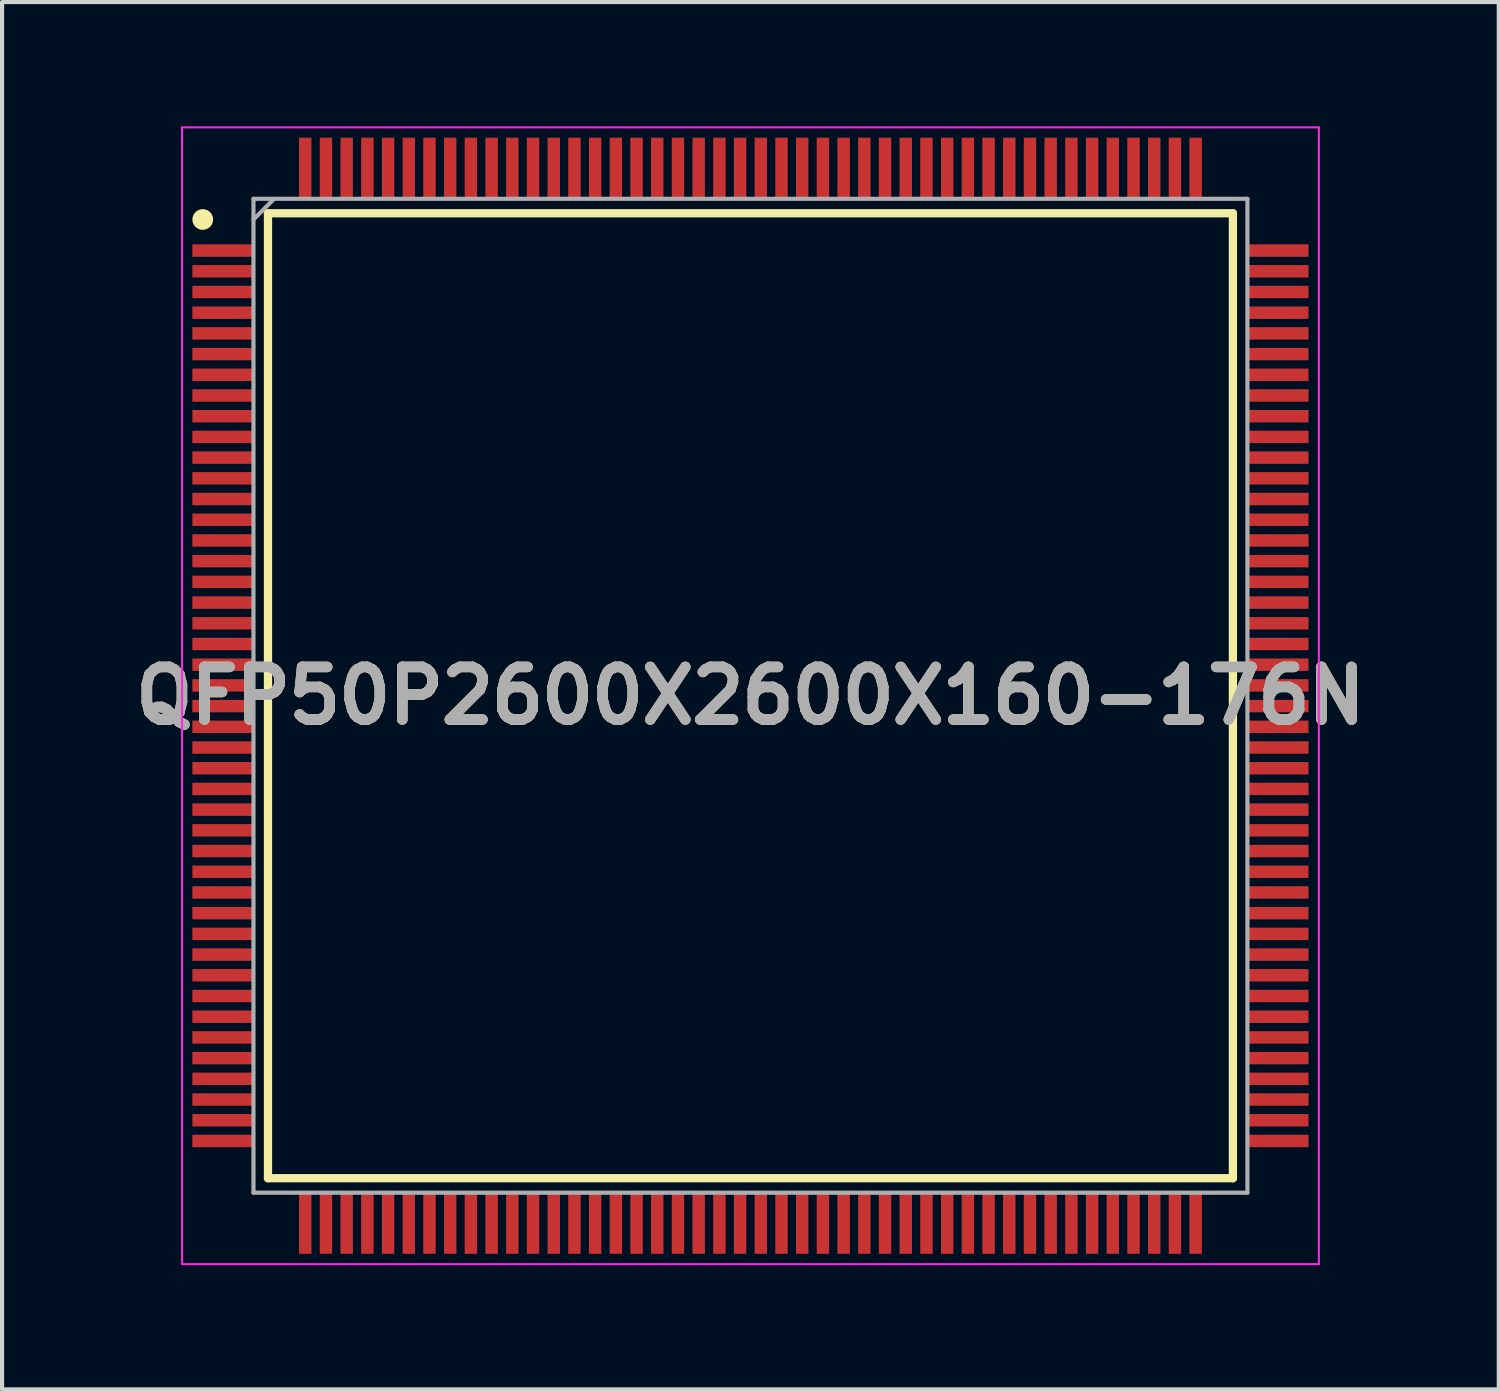
<source format=kicad_pcb>
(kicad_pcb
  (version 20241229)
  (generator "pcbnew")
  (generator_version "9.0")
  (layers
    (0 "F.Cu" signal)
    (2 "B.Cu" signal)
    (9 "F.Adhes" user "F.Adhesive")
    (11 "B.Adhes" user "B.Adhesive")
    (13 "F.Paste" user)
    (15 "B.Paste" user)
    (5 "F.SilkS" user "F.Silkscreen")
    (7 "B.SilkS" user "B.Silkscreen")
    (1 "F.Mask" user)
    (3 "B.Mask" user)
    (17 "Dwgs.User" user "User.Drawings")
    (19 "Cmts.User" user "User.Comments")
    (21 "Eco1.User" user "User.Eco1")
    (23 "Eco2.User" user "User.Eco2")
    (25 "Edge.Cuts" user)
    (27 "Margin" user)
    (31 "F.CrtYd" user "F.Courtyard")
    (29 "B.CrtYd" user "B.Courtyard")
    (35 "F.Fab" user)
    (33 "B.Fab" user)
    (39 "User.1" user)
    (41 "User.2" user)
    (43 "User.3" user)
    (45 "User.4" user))
  (footprint "QFP50P2600X2600X160-176N"
    (layer "F.Cu")
    (at 15.071 13.75)
    (property "Reference" "QFP50P2600X2600X160-176N" (at 0 0 0) (layer "F.SilkS") (effects (font (size 1.27 1.27) (thickness 0.254))))
    (attr smd)
    (fp_line (start -11.65 -11.65) (end 11.65 -11.65) (stroke (width 0.2) (type solid)) (layer "F.SilkS"))
    (fp_line (start -11.65 11.65) (end -11.65 -11.65) (stroke (width 0.2) (type solid)) (layer "F.SilkS"))
    (fp_line (start 11.65 -11.65) (end 11.65 11.65) (stroke (width 0.2) (type solid)) (layer "F.SilkS"))
    (fp_line (start 11.65 11.65) (end -11.65 11.65) (stroke (width 0.2) (type solid)) (layer "F.SilkS"))
    (fp_circle (center -13.225 -11.5) (end -13.225 -11.375) (stroke (width 0.25) (type solid)) (fill no) (layer "F.SilkS"))
    (fp_line (start -13.725 -13.725) (end 13.725 -13.725) (stroke (width 0.05) (type solid)) (layer "F.CrtYd"))
    (fp_line (start -13.725 13.725) (end -13.725 -13.725) (stroke (width 0.05) (type solid)) (layer "F.CrtYd"))
    (fp_line (start 13.725 -13.725) (end 13.725 13.725) (stroke (width 0.05) (type solid)) (layer "F.CrtYd"))
    (fp_line (start 13.725 13.725) (end -13.725 13.725) (stroke (width 0.05) (type solid)) (layer "F.CrtYd"))
    (fp_line (start -12 -12) (end 12 -12) (stroke (width 0.1) (type solid)) (layer "F.Fab"))
    (fp_line (start -12 -11.5) (end -11.5 -12) (stroke (width 0.1) (type solid)) (layer "F.Fab"))
    (fp_line (start -12 12) (end -12 -12) (stroke (width 0.1) (type solid)) (layer "F.Fab"))
    (fp_line (start 12 -12) (end 12 12) (stroke (width 0.1) (type solid)) (layer "F.Fab"))
    (fp_line (start 12 12) (end -12 12) (stroke (width 0.1) (type solid)) (layer "F.Fab"))
    (fp_text user "${REFERENCE}" (at 0 0 0) (layer "F.Fab") (effects (font (size 1.27 1.27) (thickness 0.254))))
    (pad "1" smd rect (at -12.738 -10.75 90) (size 0.3 1.475) (layers "F.Cu" "F.Mask" "F.Paste"))
    (pad "2" smd rect (at -12.738 -10.25 90) (size 0.3 1.475) (layers "F.Cu" "F.Mask" "F.Paste"))
    (pad "3" smd rect (at -12.738 -9.75 90) (size 0.3 1.475) (layers "F.Cu" "F.Mask" "F.Paste"))
    (pad "4" smd rect (at -12.738 -9.25 90) (size 0.3 1.475) (layers "F.Cu" "F.Mask" "F.Paste"))
    (pad "5" smd rect (at -12.738 -8.75 90) (size 0.3 1.475) (layers "F.Cu" "F.Mask" "F.Paste"))
    (pad "6" smd rect (at -12.738 -8.25 90) (size 0.3 1.475) (layers "F.Cu" "F.Mask" "F.Paste"))
    (pad "7" smd rect (at -12.738 -7.75 90) (size 0.3 1.475) (layers "F.Cu" "F.Mask" "F.Paste"))
    (pad "8" smd rect (at -12.738 -7.25 90) (size 0.3 1.475) (layers "F.Cu" "F.Mask" "F.Paste"))
    (pad "9" smd rect (at -12.738 -6.75 90) (size 0.3 1.475) (layers "F.Cu" "F.Mask" "F.Paste"))
    (pad "10" smd rect (at -12.738 -6.25 90) (size 0.3 1.475) (layers "F.Cu" "F.Mask" "F.Paste"))
    (pad "11" smd rect (at -12.738 -5.75 90) (size 0.3 1.475) (layers "F.Cu" "F.Mask" "F.Paste"))
    (pad "12" smd rect (at -12.738 -5.25 90) (size 0.3 1.475) (layers "F.Cu" "F.Mask" "F.Paste"))
    (pad "13" smd rect (at -12.738 -4.75 90) (size 0.3 1.475) (layers "F.Cu" "F.Mask" "F.Paste"))
    (pad "14" smd rect (at -12.738 -4.25 90) (size 0.3 1.475) (layers "F.Cu" "F.Mask" "F.Paste"))
    (pad "15" smd rect (at -12.738 -3.75 90) (size 0.3 1.475) (layers "F.Cu" "F.Mask" "F.Paste"))
    (pad "16" smd rect (at -12.738 -3.25 90) (size 0.3 1.475) (layers "F.Cu" "F.Mask" "F.Paste"))
    (pad "17" smd rect (at -12.738 -2.75 90) (size 0.3 1.475) (layers "F.Cu" "F.Mask" "F.Paste"))
    (pad "18" smd rect (at -12.738 -2.25 90) (size 0.3 1.475) (layers "F.Cu" "F.Mask" "F.Paste"))
    (pad "19" smd rect (at -12.738 -1.75 90) (size 0.3 1.475) (layers "F.Cu" "F.Mask" "F.Paste"))
    (pad "20" smd rect (at -12.738 -1.25 90) (size 0.3 1.475) (layers "F.Cu" "F.Mask" "F.Paste"))
    (pad "21" smd rect (at -12.738 -0.75 90) (size 0.3 1.475) (layers "F.Cu" "F.Mask" "F.Paste"))
    (pad "22" smd rect (at -12.738 -0.25 90) (size 0.3 1.475) (layers "F.Cu" "F.Mask" "F.Paste"))
    (pad "23" smd rect (at -12.738 0.25 90) (size 0.3 1.475) (layers "F.Cu" "F.Mask" "F.Paste"))
    (pad "24" smd rect (at -12.738 0.75 90) (size 0.3 1.475) (layers "F.Cu" "F.Mask" "F.Paste"))
    (pad "25" smd rect (at -12.738 1.25 90) (size 0.3 1.475) (layers "F.Cu" "F.Mask" "F.Paste"))
    (pad "26" smd rect (at -12.738 1.75 90) (size 0.3 1.475) (layers "F.Cu" "F.Mask" "F.Paste"))
    (pad "27" smd rect (at -12.738 2.25 90) (size 0.3 1.475) (layers "F.Cu" "F.Mask" "F.Paste"))
    (pad "28" smd rect (at -12.738 2.75 90) (size 0.3 1.475) (layers "F.Cu" "F.Mask" "F.Paste"))
    (pad "29" smd rect (at -12.738 3.25 90) (size 0.3 1.475) (layers "F.Cu" "F.Mask" "F.Paste"))
    (pad "30" smd rect (at -12.738 3.75 90) (size 0.3 1.475) (layers "F.Cu" "F.Mask" "F.Paste"))
    (pad "31" smd rect (at -12.738 4.25 90) (size 0.3 1.475) (layers "F.Cu" "F.Mask" "F.Paste"))
    (pad "32" smd rect (at -12.738 4.75 90) (size 0.3 1.475) (layers "F.Cu" "F.Mask" "F.Paste"))
    (pad "33" smd rect (at -12.738 5.25 90) (size 0.3 1.475) (layers "F.Cu" "F.Mask" "F.Paste"))
    (pad "34" smd rect (at -12.738 5.75 90) (size 0.3 1.475) (layers "F.Cu" "F.Mask" "F.Paste"))
    (pad "35" smd rect (at -12.738 6.25 90) (size 0.3 1.475) (layers "F.Cu" "F.Mask" "F.Paste"))
    (pad "36" smd rect (at -12.738 6.75 90) (size 0.3 1.475) (layers "F.Cu" "F.Mask" "F.Paste"))
    (pad "37" smd rect (at -12.738 7.25 90) (size 0.3 1.475) (layers "F.Cu" "F.Mask" "F.Paste"))
    (pad "38" smd rect (at -12.738 7.75 90) (size 0.3 1.475) (layers "F.Cu" "F.Mask" "F.Paste"))
    (pad "39" smd rect (at -12.738 8.25 90) (size 0.3 1.475) (layers "F.Cu" "F.Mask" "F.Paste"))
    (pad "40" smd rect (at -12.738 8.75 90) (size 0.3 1.475) (layers "F.Cu" "F.Mask" "F.Paste"))
    (pad "41" smd rect (at -12.738 9.25 90) (size 0.3 1.475) (layers "F.Cu" "F.Mask" "F.Paste"))
    (pad "42" smd rect (at -12.738 9.75 90) (size 0.3 1.475) (layers "F.Cu" "F.Mask" "F.Paste"))
    (pad "43" smd rect (at -12.738 10.25 90) (size 0.3 1.475) (layers "F.Cu" "F.Mask" "F.Paste"))
    (pad "44" smd rect (at -12.738 10.75 90) (size 0.3 1.475) (layers "F.Cu" "F.Mask" "F.Paste"))
    (pad "45" smd rect (at -10.75 12.738) (size 0.3 1.475) (layers "F.Cu" "F.Mask" "F.Paste"))
    (pad "46" smd rect (at -10.25 12.738) (size 0.3 1.475) (layers "F.Cu" "F.Mask" "F.Paste"))
    (pad "47" smd rect (at -9.75 12.738) (size 0.3 1.475) (layers "F.Cu" "F.Mask" "F.Paste"))
    (pad "48" smd rect (at -9.25 12.738) (size 0.3 1.475) (layers "F.Cu" "F.Mask" "F.Paste"))
    (pad "49" smd rect (at -8.75 12.738) (size 0.3 1.475) (layers "F.Cu" "F.Mask" "F.Paste"))
    (pad "50" smd rect (at -8.25 12.738) (size 0.3 1.475) (layers "F.Cu" "F.Mask" "F.Paste"))
    (pad "51" smd rect (at -7.75 12.738) (size 0.3 1.475) (layers "F.Cu" "F.Mask" "F.Paste"))
    (pad "52" smd rect (at -7.25 12.738) (size 0.3 1.475) (layers "F.Cu" "F.Mask" "F.Paste"))
    (pad "53" smd rect (at -6.75 12.738) (size 0.3 1.475) (layers "F.Cu" "F.Mask" "F.Paste"))
    (pad "54" smd rect (at -6.25 12.738) (size 0.3 1.475) (layers "F.Cu" "F.Mask" "F.Paste"))
    (pad "55" smd rect (at -5.75 12.738) (size 0.3 1.475) (layers "F.Cu" "F.Mask" "F.Paste"))
    (pad "56" smd rect (at -5.25 12.738) (size 0.3 1.475) (layers "F.Cu" "F.Mask" "F.Paste"))
    (pad "57" smd rect (at -4.75 12.738) (size 0.3 1.475) (layers "F.Cu" "F.Mask" "F.Paste"))
    (pad "58" smd rect (at -4.25 12.738) (size 0.3 1.475) (layers "F.Cu" "F.Mask" "F.Paste"))
    (pad "59" smd rect (at -3.75 12.738) (size 0.3 1.475) (layers "F.Cu" "F.Mask" "F.Paste"))
    (pad "60" smd rect (at -3.25 12.738) (size 0.3 1.475) (layers "F.Cu" "F.Mask" "F.Paste"))
    (pad "61" smd rect (at -2.75 12.738) (size 0.3 1.475) (layers "F.Cu" "F.Mask" "F.Paste"))
    (pad "62" smd rect (at -2.25 12.738) (size 0.3 1.475) (layers "F.Cu" "F.Mask" "F.Paste"))
    (pad "63" smd rect (at -1.75 12.738) (size 0.3 1.475) (layers "F.Cu" "F.Mask" "F.Paste"))
    (pad "64" smd rect (at -1.25 12.738) (size 0.3 1.475) (layers "F.Cu" "F.Mask" "F.Paste"))
    (pad "65" smd rect (at -0.75 12.738) (size 0.3 1.475) (layers "F.Cu" "F.Mask" "F.Paste"))
    (pad "66" smd rect (at -0.25 12.738) (size 0.3 1.475) (layers "F.Cu" "F.Mask" "F.Paste"))
    (pad "67" smd rect (at 0.25 12.738) (size 0.3 1.475) (layers "F.Cu" "F.Mask" "F.Paste"))
    (pad "68" smd rect (at 0.75 12.738) (size 0.3 1.475) (layers "F.Cu" "F.Mask" "F.Paste"))
    (pad "69" smd rect (at 1.25 12.738) (size 0.3 1.475) (layers "F.Cu" "F.Mask" "F.Paste"))
    (pad "70" smd rect (at 1.75 12.738) (size 0.3 1.475) (layers "F.Cu" "F.Mask" "F.Paste"))
    (pad "71" smd rect (at 2.25 12.738) (size 0.3 1.475) (layers "F.Cu" "F.Mask" "F.Paste"))
    (pad "72" smd rect (at 2.75 12.738) (size 0.3 1.475) (layers "F.Cu" "F.Mask" "F.Paste"))
    (pad "73" smd rect (at 3.25 12.738) (size 0.3 1.475) (layers "F.Cu" "F.Mask" "F.Paste"))
    (pad "74" smd rect (at 3.75 12.738) (size 0.3 1.475) (layers "F.Cu" "F.Mask" "F.Paste"))
    (pad "75" smd rect (at 4.25 12.738) (size 0.3 1.475) (layers "F.Cu" "F.Mask" "F.Paste"))
    (pad "76" smd rect (at 4.75 12.738) (size 0.3 1.475) (layers "F.Cu" "F.Mask" "F.Paste"))
    (pad "77" smd rect (at 5.25 12.738) (size 0.3 1.475) (layers "F.Cu" "F.Mask" "F.Paste"))
    (pad "78" smd rect (at 5.75 12.738) (size 0.3 1.475) (layers "F.Cu" "F.Mask" "F.Paste"))
    (pad "79" smd rect (at 6.25 12.738) (size 0.3 1.475) (layers "F.Cu" "F.Mask" "F.Paste"))
    (pad "80" smd rect (at 6.75 12.738) (size 0.3 1.475) (layers "F.Cu" "F.Mask" "F.Paste"))
    (pad "81" smd rect (at 7.25 12.738) (size 0.3 1.475) (layers "F.Cu" "F.Mask" "F.Paste"))
    (pad "82" smd rect (at 7.75 12.738) (size 0.3 1.475) (layers "F.Cu" "F.Mask" "F.Paste"))
    (pad "83" smd rect (at 8.25 12.738) (size 0.3 1.475) (layers "F.Cu" "F.Mask" "F.Paste"))
    (pad "84" smd rect (at 8.75 12.738) (size 0.3 1.475) (layers "F.Cu" "F.Mask" "F.Paste"))
    (pad "85" smd rect (at 9.25 12.738) (size 0.3 1.475) (layers "F.Cu" "F.Mask" "F.Paste"))
    (pad "86" smd rect (at 9.75 12.738) (size 0.3 1.475) (layers "F.Cu" "F.Mask" "F.Paste"))
    (pad "87" smd rect (at 10.25 12.738) (size 0.3 1.475) (layers "F.Cu" "F.Mask" "F.Paste"))
    (pad "88" smd rect (at 10.75 12.738) (size 0.3 1.475) (layers "F.Cu" "F.Mask" "F.Paste"))
    (pad "89" smd rect (at 12.738 10.75 90) (size 0.3 1.475) (layers "F.Cu" "F.Mask" "F.Paste"))
    (pad "90" smd rect (at 12.738 10.25 90) (size 0.3 1.475) (layers "F.Cu" "F.Mask" "F.Paste"))
    (pad "91" smd rect (at 12.738 9.75 90) (size 0.3 1.475) (layers "F.Cu" "F.Mask" "F.Paste"))
    (pad "92" smd rect (at 12.738 9.25 90) (size 0.3 1.475) (layers "F.Cu" "F.Mask" "F.Paste"))
    (pad "93" smd rect (at 12.738 8.75 90) (size 0.3 1.475) (layers "F.Cu" "F.Mask" "F.Paste"))
    (pad "94" smd rect (at 12.738 8.25 90) (size 0.3 1.475) (layers "F.Cu" "F.Mask" "F.Paste"))
    (pad "95" smd rect (at 12.738 7.75 90) (size 0.3 1.475) (layers "F.Cu" "F.Mask" "F.Paste"))
    (pad "96" smd rect (at 12.738 7.25 90) (size 0.3 1.475) (layers "F.Cu" "F.Mask" "F.Paste"))
    (pad "97" smd rect (at 12.738 6.75 90) (size 0.3 1.475) (layers "F.Cu" "F.Mask" "F.Paste"))
    (pad "98" smd rect (at 12.738 6.25 90) (size 0.3 1.475) (layers "F.Cu" "F.Mask" "F.Paste"))
    (pad "99" smd rect (at 12.738 5.75 90) (size 0.3 1.475) (layers "F.Cu" "F.Mask" "F.Paste"))
    (pad "100" smd rect (at 12.738 5.25 90) (size 0.3 1.475) (layers "F.Cu" "F.Mask" "F.Paste"))
    (pad "101" smd rect (at 12.738 4.75 90) (size 0.3 1.475) (layers "F.Cu" "F.Mask" "F.Paste"))
    (pad "102" smd rect (at 12.738 4.25 90) (size 0.3 1.475) (layers "F.Cu" "F.Mask" "F.Paste"))
    (pad "103" smd rect (at 12.738 3.75 90) (size 0.3 1.475) (layers "F.Cu" "F.Mask" "F.Paste"))
    (pad "104" smd rect (at 12.738 3.25 90) (size 0.3 1.475) (layers "F.Cu" "F.Mask" "F.Paste"))
    (pad "105" smd rect (at 12.738 2.75 90) (size 0.3 1.475) (layers "F.Cu" "F.Mask" "F.Paste"))
    (pad "106" smd rect (at 12.738 2.25 90) (size 0.3 1.475) (layers "F.Cu" "F.Mask" "F.Paste"))
    (pad "107" smd rect (at 12.738 1.75 90) (size 0.3 1.475) (layers "F.Cu" "F.Mask" "F.Paste"))
    (pad "108" smd rect (at 12.738 1.25 90) (size 0.3 1.475) (layers "F.Cu" "F.Mask" "F.Paste"))
    (pad "109" smd rect (at 12.738 0.75 90) (size 0.3 1.475) (layers "F.Cu" "F.Mask" "F.Paste"))
    (pad "110" smd rect (at 12.738 0.25 90) (size 0.3 1.475) (layers "F.Cu" "F.Mask" "F.Paste"))
    (pad "111" smd rect (at 12.738 -0.25 90) (size 0.3 1.475) (layers "F.Cu" "F.Mask" "F.Paste"))
    (pad "112" smd rect (at 12.738 -0.75 90) (size 0.3 1.475) (layers "F.Cu" "F.Mask" "F.Paste"))
    (pad "113" smd rect (at 12.738 -1.25 90) (size 0.3 1.475) (layers "F.Cu" "F.Mask" "F.Paste"))
    (pad "114" smd rect (at 12.738 -1.75 90) (size 0.3 1.475) (layers "F.Cu" "F.Mask" "F.Paste"))
    (pad "115" smd rect (at 12.738 -2.25 90) (size 0.3 1.475) (layers "F.Cu" "F.Mask" "F.Paste"))
    (pad "116" smd rect (at 12.738 -2.75 90) (size 0.3 1.475) (layers "F.Cu" "F.Mask" "F.Paste"))
    (pad "117" smd rect (at 12.738 -3.25 90) (size 0.3 1.475) (layers "F.Cu" "F.Mask" "F.Paste"))
    (pad "118" smd rect (at 12.738 -3.75 90) (size 0.3 1.475) (layers "F.Cu" "F.Mask" "F.Paste"))
    (pad "119" smd rect (at 12.738 -4.25 90) (size 0.3 1.475) (layers "F.Cu" "F.Mask" "F.Paste"))
    (pad "120" smd rect (at 12.738 -4.75 90) (size 0.3 1.475) (layers "F.Cu" "F.Mask" "F.Paste"))
    (pad "121" smd rect (at 12.738 -5.25 90) (size 0.3 1.475) (layers "F.Cu" "F.Mask" "F.Paste"))
    (pad "122" smd rect (at 12.738 -5.75 90) (size 0.3 1.475) (layers "F.Cu" "F.Mask" "F.Paste"))
    (pad "123" smd rect (at 12.738 -6.25 90) (size 0.3 1.475) (layers "F.Cu" "F.Mask" "F.Paste"))
    (pad "124" smd rect (at 12.738 -6.75 90) (size 0.3 1.475) (layers "F.Cu" "F.Mask" "F.Paste"))
    (pad "125" smd rect (at 12.738 -7.25 90) (size 0.3 1.475) (layers "F.Cu" "F.Mask" "F.Paste"))
    (pad "126" smd rect (at 12.738 -7.75 90) (size 0.3 1.475) (layers "F.Cu" "F.Mask" "F.Paste"))
    (pad "127" smd rect (at 12.738 -8.25 90) (size 0.3 1.475) (layers "F.Cu" "F.Mask" "F.Paste"))
    (pad "128" smd rect (at 12.738 -8.75 90) (size 0.3 1.475) (layers "F.Cu" "F.Mask" "F.Paste"))
    (pad "129" smd rect (at 12.738 -9.25 90) (size 0.3 1.475) (layers "F.Cu" "F.Mask" "F.Paste"))
    (pad "130" smd rect (at 12.738 -9.75 90) (size 0.3 1.475) (layers "F.Cu" "F.Mask" "F.Paste"))
    (pad "131" smd rect (at 12.738 -10.25 90) (size 0.3 1.475) (layers "F.Cu" "F.Mask" "F.Paste"))
    (pad "132" smd rect (at 12.738 -10.75 90) (size 0.3 1.475) (layers "F.Cu" "F.Mask" "F.Paste"))
    (pad "133" smd rect (at 10.75 -12.738) (size 0.3 1.475) (layers "F.Cu" "F.Mask" "F.Paste"))
    (pad "134" smd rect (at 10.25 -12.738) (size 0.3 1.475) (layers "F.Cu" "F.Mask" "F.Paste"))
    (pad "135" smd rect (at 9.75 -12.738) (size 0.3 1.475) (layers "F.Cu" "F.Mask" "F.Paste"))
    (pad "136" smd rect (at 9.25 -12.738) (size 0.3 1.475) (layers "F.Cu" "F.Mask" "F.Paste"))
    (pad "137" smd rect (at 8.75 -12.738) (size 0.3 1.475) (layers "F.Cu" "F.Mask" "F.Paste"))
    (pad "138" smd rect (at 8.25 -12.738) (size 0.3 1.475) (layers "F.Cu" "F.Mask" "F.Paste"))
    (pad "139" smd rect (at 7.75 -12.738) (size 0.3 1.475) (layers "F.Cu" "F.Mask" "F.Paste"))
    (pad "140" smd rect (at 7.25 -12.738) (size 0.3 1.475) (layers "F.Cu" "F.Mask" "F.Paste"))
    (pad "141" smd rect (at 6.75 -12.738) (size 0.3 1.475) (layers "F.Cu" "F.Mask" "F.Paste"))
    (pad "142" smd rect (at 6.25 -12.738) (size 0.3 1.475) (layers "F.Cu" "F.Mask" "F.Paste"))
    (pad "143" smd rect (at 5.75 -12.738) (size 0.3 1.475) (layers "F.Cu" "F.Mask" "F.Paste"))
    (pad "144" smd rect (at 5.25 -12.738) (size 0.3 1.475) (layers "F.Cu" "F.Mask" "F.Paste"))
    (pad "145" smd rect (at 4.75 -12.738) (size 0.3 1.475) (layers "F.Cu" "F.Mask" "F.Paste"))
    (pad "146" smd rect (at 4.25 -12.738) (size 0.3 1.475) (layers "F.Cu" "F.Mask" "F.Paste"))
    (pad "147" smd rect (at 3.75 -12.738) (size 0.3 1.475) (layers "F.Cu" "F.Mask" "F.Paste"))
    (pad "148" smd rect (at 3.25 -12.738) (size 0.3 1.475) (layers "F.Cu" "F.Mask" "F.Paste"))
    (pad "149" smd rect (at 2.75 -12.738) (size 0.3 1.475) (layers "F.Cu" "F.Mask" "F.Paste"))
    (pad "150" smd rect (at 2.25 -12.738) (size 0.3 1.475) (layers "F.Cu" "F.Mask" "F.Paste"))
    (pad "151" smd rect (at 1.75 -12.738) (size 0.3 1.475) (layers "F.Cu" "F.Mask" "F.Paste"))
    (pad "152" smd rect (at 1.25 -12.738) (size 0.3 1.475) (layers "F.Cu" "F.Mask" "F.Paste"))
    (pad "153" smd rect (at 0.75 -12.738) (size 0.3 1.475) (layers "F.Cu" "F.Mask" "F.Paste"))
    (pad "154" smd rect (at 0.25 -12.738) (size 0.3 1.475) (layers "F.Cu" "F.Mask" "F.Paste"))
    (pad "155" smd rect (at -0.25 -12.738) (size 0.3 1.475) (layers "F.Cu" "F.Mask" "F.Paste"))
    (pad "156" smd rect (at -0.75 -12.738) (size 0.3 1.475) (layers "F.Cu" "F.Mask" "F.Paste"))
    (pad "157" smd rect (at -1.25 -12.738) (size 0.3 1.475) (layers "F.Cu" "F.Mask" "F.Paste"))
    (pad "158" smd rect (at -1.75 -12.738) (size 0.3 1.475) (layers "F.Cu" "F.Mask" "F.Paste"))
    (pad "159" smd rect (at -2.25 -12.738) (size 0.3 1.475) (layers "F.Cu" "F.Mask" "F.Paste"))
    (pad "160" smd rect (at -2.75 -12.738) (size 0.3 1.475) (layers "F.Cu" "F.Mask" "F.Paste"))
    (pad "161" smd rect (at -3.25 -12.738) (size 0.3 1.475) (layers "F.Cu" "F.Mask" "F.Paste"))
    (pad "162" smd rect (at -3.75 -12.738) (size 0.3 1.475) (layers "F.Cu" "F.Mask" "F.Paste"))
    (pad "163" smd rect (at -4.25 -12.738) (size 0.3 1.475) (layers "F.Cu" "F.Mask" "F.Paste"))
    (pad "164" smd rect (at -4.75 -12.738) (size 0.3 1.475) (layers "F.Cu" "F.Mask" "F.Paste"))
    (pad "165" smd rect (at -5.25 -12.738) (size 0.3 1.475) (layers "F.Cu" "F.Mask" "F.Paste"))
    (pad "166" smd rect (at -5.75 -12.738) (size 0.3 1.475) (layers "F.Cu" "F.Mask" "F.Paste"))
    (pad "167" smd rect (at -6.25 -12.738) (size 0.3 1.475) (layers "F.Cu" "F.Mask" "F.Paste"))
    (pad "168" smd rect (at -6.75 -12.738) (size 0.3 1.475) (layers "F.Cu" "F.Mask" "F.Paste"))
    (pad "169" smd rect (at -7.25 -12.738) (size 0.3 1.475) (layers "F.Cu" "F.Mask" "F.Paste"))
    (pad "170" smd rect (at -7.75 -12.738) (size 0.3 1.475) (layers "F.Cu" "F.Mask" "F.Paste"))
    (pad "171" smd rect (at -8.25 -12.738) (size 0.3 1.475) (layers "F.Cu" "F.Mask" "F.Paste"))
    (pad "172" smd rect (at -8.75 -12.738) (size 0.3 1.475) (layers "F.Cu" "F.Mask" "F.Paste"))
    (pad "173" smd rect (at -9.25 -12.738) (size 0.3 1.475) (layers "F.Cu" "F.Mask" "F.Paste"))
    (pad "174" smd rect (at -9.75 -12.738) (size 0.3 1.475) (layers "F.Cu" "F.Mask" "F.Paste"))
    (pad "175" smd rect (at -10.25 -12.738) (size 0.3 1.475) (layers "F.Cu" "F.Mask" "F.Paste"))
    (pad "176" smd rect (at -10.75 -12.738) (size 0.3 1.475) (layers "F.Cu" "F.Mask" "F.Paste")))
  (gr_rect
    (start -3 -3)
    (end 33.141 30.5)
    (stroke (width 0.1) (type default))
    (fill no)
    (layer "Edge.Cuts")))
</source>
